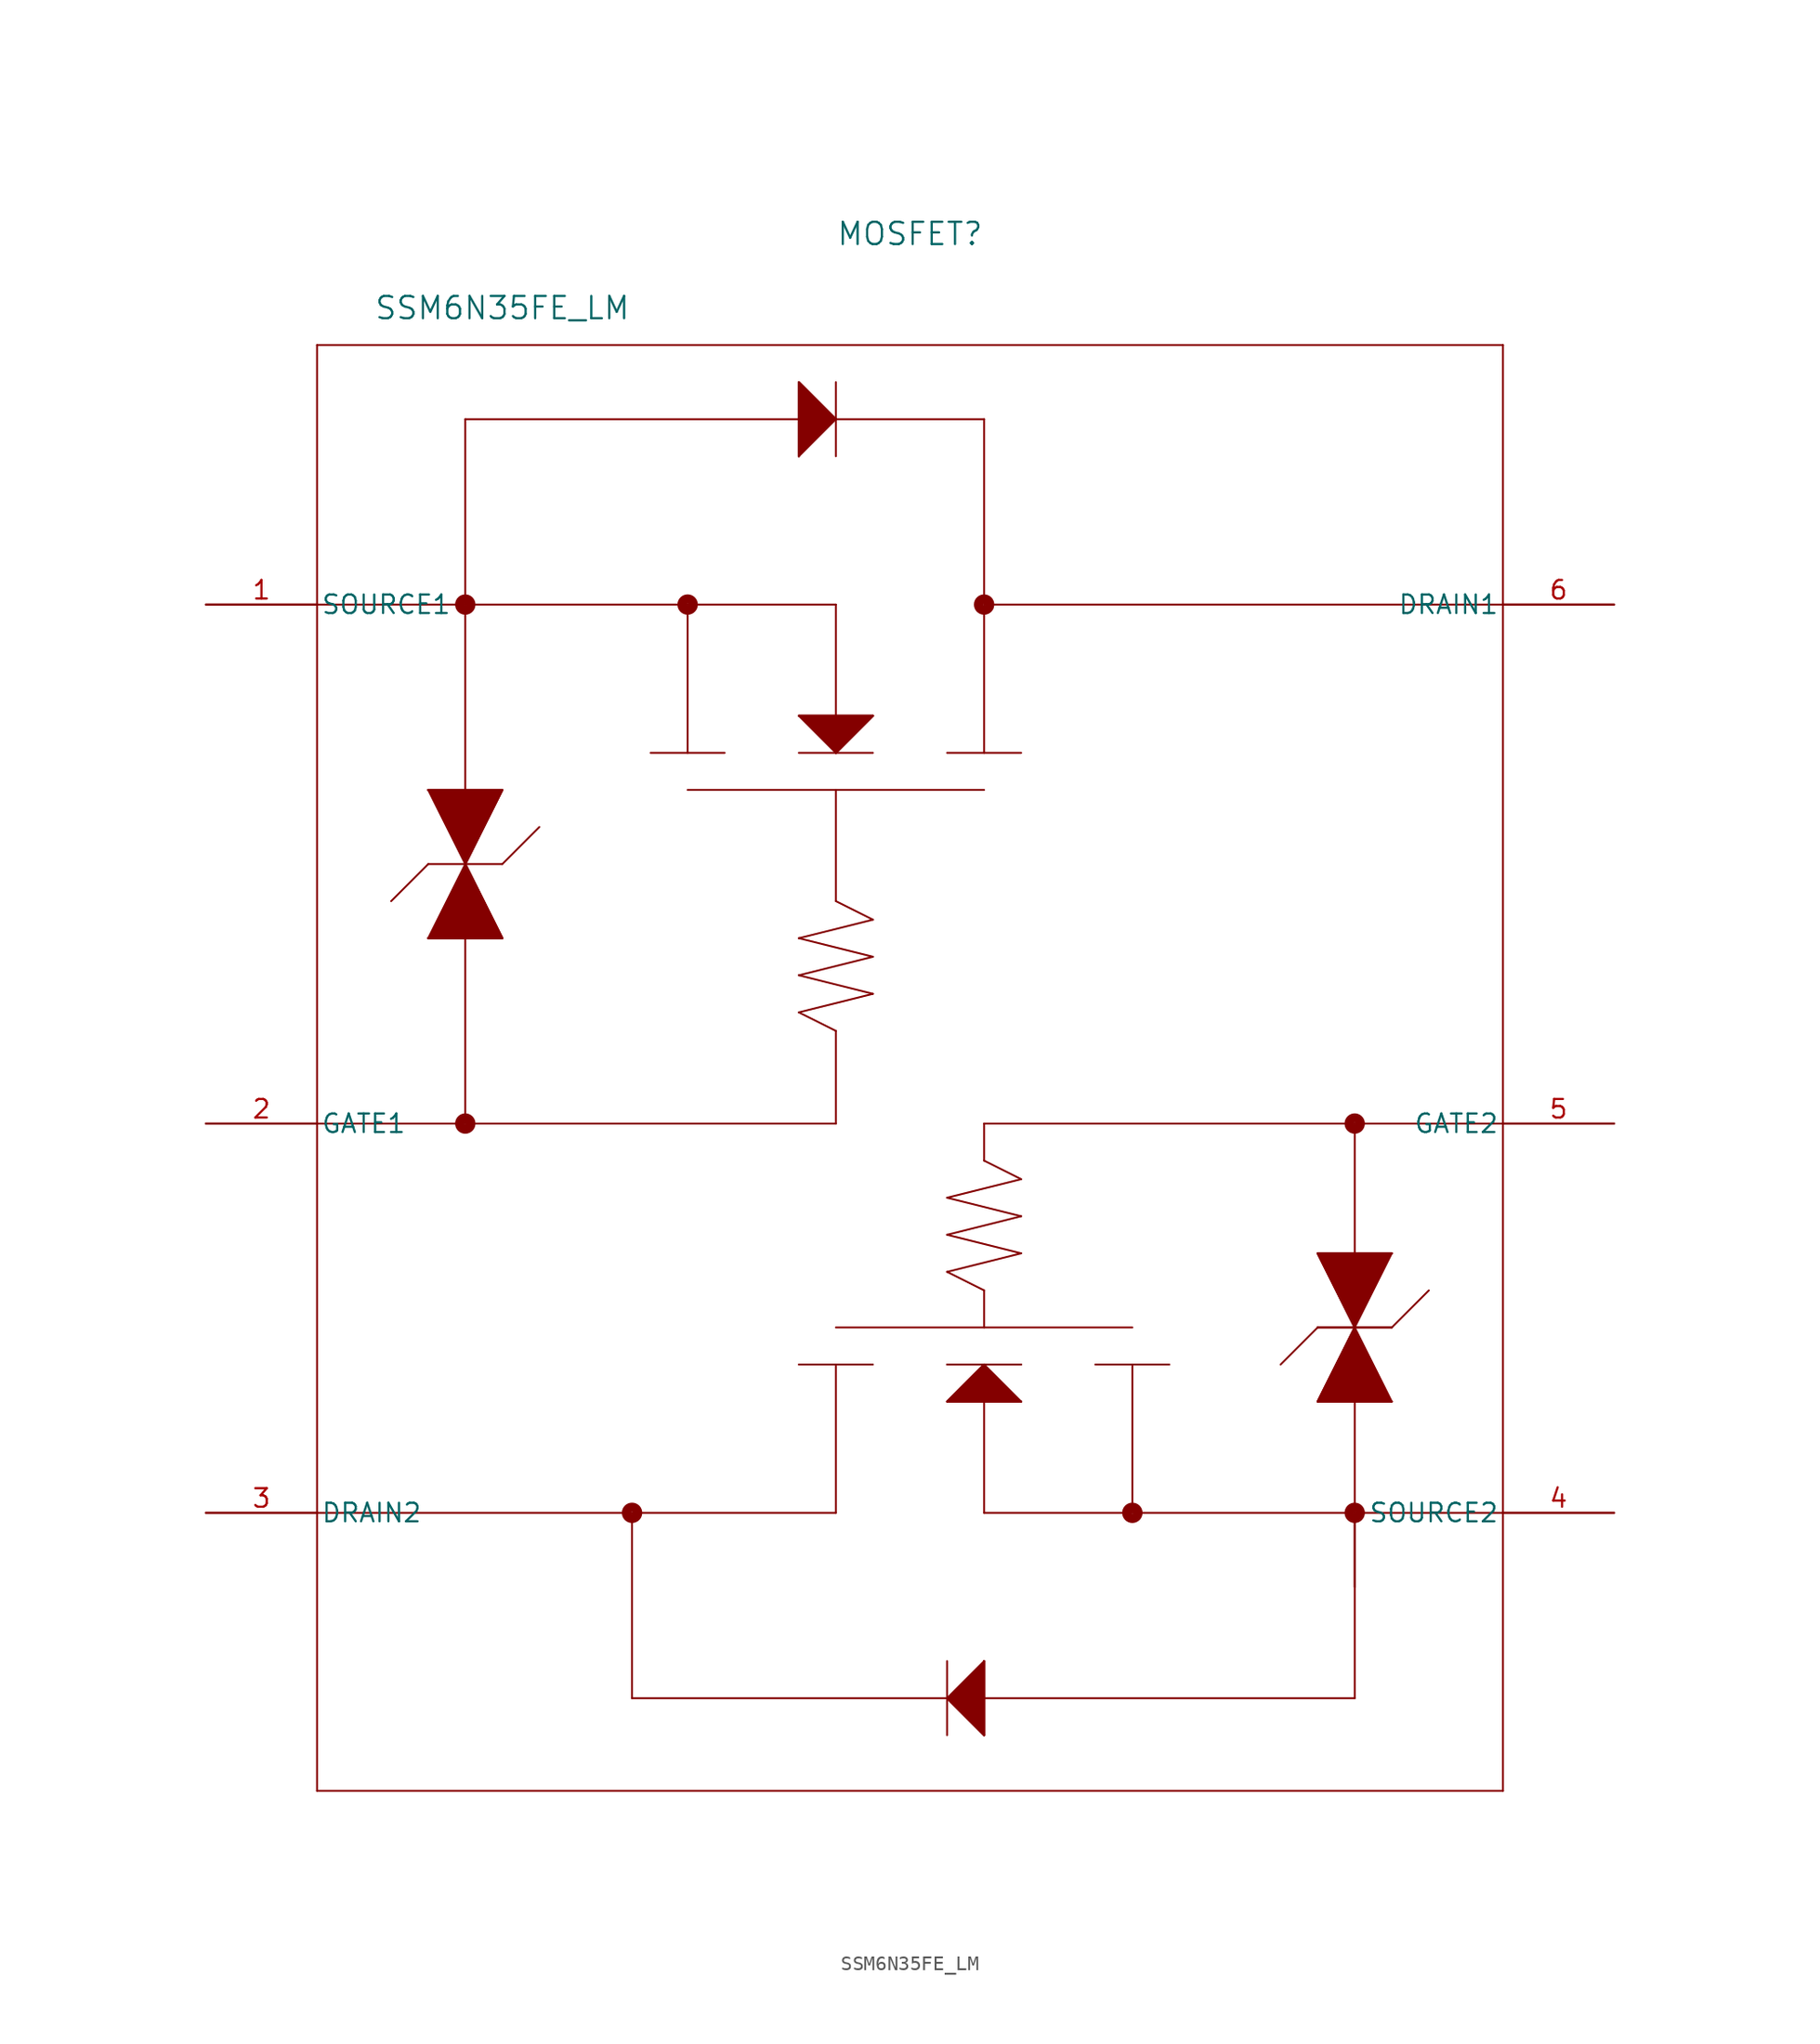
<source format=kicad_sym>
(kicad_symbol_lib
  (version 20231120)
  (generator "kicad_symbol_editor")
  (generator_version "8.0")
  (symbol "SSM6N35FE_LM"
    (pin_names
      (offset 0.254))
    (property "Reference" "MOSFET"
      (at 48.26 25.4 0)
      (effects (font (size 1.524 1.524))))
    (property "Value" "SSM6N35FE_LM"
      (at 20.32 20.32 0)
      (effects (font (size 1.524 1.524))))
    (property "ki_locked" ""
      (at 0 0 0)
      (effects (font (size 1.27 1.27))))
    (symbol "SSM6N35FE_LM_0_1"
      (polyline (pts (xy 7.62 -81.28) (xy 88.9 -81.28)) (stroke (width 0.127) (type default)) (fill (type none)))
      (polyline (pts (xy 7.62 -62.23) (xy 43.18 -62.23)) (stroke (width 0.127) (type default)) (fill (type none)))
      (polyline (pts (xy 7.62 0) (xy 43.18 0)) (stroke (width 0.127) (type default)) (fill (type none)))
      (polyline (pts (xy 7.62 17.78) (xy 7.62 -81.28)) (stroke (width 0.127) (type default)) (fill (type none)))
      (polyline (pts (xy 15.24 -22.86) (xy 17.78 -17.78)) (stroke (width 0.127) (type default)) (fill (type none)))
      (polyline (pts (xy 15.24 -17.78) (xy 12.7 -20.32)) (stroke (width 0.127) (type default)) (fill (type none)))
      (polyline (pts (xy 15.24 -12.7) (xy 17.78 -17.78)) (stroke (width 0.127) (type default)) (fill (type none)))
      (polyline (pts (xy 15.24 -12.7) (xy 20.32 -12.7)) (stroke (width 0.127) (type default)) (fill (type none)))
      (polyline (pts (xy 17.78 -17.78) (xy 20.32 -22.86)) (stroke (width 0.127) (type default)) (fill (type none)))
      (polyline (pts (xy 17.78 -17.78) (xy 20.32 -12.7)) (stroke (width 0.127) (type default)) (fill (type none)))
      (polyline (pts (xy 17.78 0) (xy 17.78 -35.56)) (stroke (width 0.127) (type default)) (fill (type none)))
      (polyline (pts (xy 17.78 0) (xy 17.78 12.7)) (stroke (width 0.127) (type default)) (fill (type none)))
      (polyline (pts (xy 17.78 12.7) (xy 53.34 12.7)) (stroke (width 0.127) (type default)) (fill (type none)))
      (polyline (pts (xy 20.32 -22.86) (xy 15.24 -22.86)) (stroke (width 0.127) (type default)) (fill (type none)))
      (polyline (pts (xy 20.32 -17.78) (xy 15.24 -17.78)) (stroke (width 0.127) (type default)) (fill (type none)))
      (polyline (pts (xy 20.32 -17.78) (xy 22.86 -15.24)) (stroke (width 0.127) (type default)) (fill (type none)))
      (polyline (pts (xy 29.21 -74.93) (xy 29.21 -62.23)) (stroke (width 0.127) (type default)) (fill (type none)))
      (polyline (pts (xy 29.21 -74.93) (xy 78.74 -74.93)) (stroke (width 0.127) (type default)) (fill (type none)))
      (polyline (pts (xy 30.48 -10.16) (xy 35.56 -10.16)) (stroke (width 0.127) (type default)) (fill (type none)))
      (polyline (pts (xy 33.02 -12.7) (xy 53.34 -12.7)) (stroke (width 0.127) (type default)) (fill (type none)))
      (polyline (pts (xy 33.02 0) (xy 33.02 -10.16)) (stroke (width 0.127) (type default)) (fill (type none)))
      (polyline (pts (xy 40.64 -27.94) (xy 45.72 -26.67)) (stroke (width 0.127) (type default)) (fill (type none)))
      (polyline (pts (xy 40.64 -25.4) (xy 45.72 -24.13)) (stroke (width 0.127) (type default)) (fill (type none)))
      (polyline (pts (xy 40.64 -22.86) (xy 45.72 -21.59)) (stroke (width 0.127) (type default)) (fill (type none)))
      (polyline (pts (xy 40.64 10.16) (xy 40.64 15.24)) (stroke (width 0.127) (type default)) (fill (type none)))
      (polyline (pts (xy 40.64 10.16) (xy 43.18 12.7)) (stroke (width 0.127) (type default)) (fill (type none)))
      (polyline (pts (xy 43.18 -62.23) (xy 43.18 -52.07)) (stroke (width 0.127) (type default)) (fill (type none)))
      (polyline (pts (xy 43.18 -35.56) (xy 7.62 -35.56)) (stroke (width 0.127) (type default)) (fill (type none)))
      (polyline (pts (xy 43.18 -29.21) (xy 40.64 -27.94)) (stroke (width 0.127) (type default)) (fill (type none)))
      (polyline (pts (xy 43.18 -29.21) (xy 43.18 -35.56)) (stroke (width 0.127) (type default)) (fill (type none)))
      (polyline (pts (xy 43.18 -20.32) (xy 43.18 -12.7)) (stroke (width 0.127) (type default)) (fill (type none)))
      (polyline (pts (xy 43.18 -10.16) (xy 40.64 -7.62)) (stroke (width 0.127) (type default)) (fill (type none)))
      (polyline (pts (xy 43.18 -10.16) (xy 45.72 -7.62)) (stroke (width 0.127) (type default)) (fill (type none)))
      (polyline (pts (xy 43.18 0) (xy 43.18 -10.16)) (stroke (width 0.127) (type default)) (fill (type none)))
      (polyline (pts (xy 43.18 10.16) (xy 43.18 15.24)) (stroke (width 0.127) (type default)) (fill (type none)))
      (polyline (pts (xy 43.18 12.7) (xy 40.64 15.24)) (stroke (width 0.127) (type default)) (fill (type none)))
      (polyline (pts (xy 45.72 -52.07) (xy 40.64 -52.07)) (stroke (width 0.127) (type default)) (fill (type none)))
      (polyline (pts (xy 45.72 -26.67) (xy 40.64 -25.4)) (stroke (width 0.127) (type default)) (fill (type none)))
      (polyline (pts (xy 45.72 -24.13) (xy 40.64 -22.86)) (stroke (width 0.127) (type default)) (fill (type none)))
      (polyline (pts (xy 45.72 -21.59) (xy 43.18 -20.32)) (stroke (width 0.127) (type default)) (fill (type none)))
      (polyline (pts (xy 45.72 -10.16) (xy 40.64 -10.16)) (stroke (width 0.127) (type default)) (fill (type none)))
      (polyline (pts (xy 45.72 -7.62) (xy 40.64 -7.62)) (stroke (width 0.127) (type default)) (fill (type none)))
      (polyline (pts (xy 50.8 -72.39) (xy 50.8 -77.47)) (stroke (width 0.127) (type default)) (fill (type none)))
      (polyline (pts (xy 50.8 -54.61) (xy 53.34 -52.07)) (stroke (width 0.127) (type default)) (fill (type none)))
      (polyline (pts (xy 50.8 -52.07) (xy 55.88 -52.07)) (stroke (width 0.127) (type default)) (fill (type none)))
      (polyline (pts (xy 50.8 -45.72) (xy 55.88 -44.45)) (stroke (width 0.127) (type default)) (fill (type none)))
      (polyline (pts (xy 50.8 -43.18) (xy 55.88 -41.91)) (stroke (width 0.127) (type default)) (fill (type none)))
      (polyline (pts (xy 50.8 -40.64) (xy 55.88 -39.37)) (stroke (width 0.127) (type default)) (fill (type none)))
      (polyline (pts (xy 50.8 -10.16) (xy 55.88 -10.16)) (stroke (width 0.127) (type default)) (fill (type none)))
      (polyline (pts (xy 53.34 -77.47) (xy 50.8 -74.93)) (stroke (width 0.127) (type default)) (fill (type none)))
      (polyline (pts (xy 53.34 -72.39) (xy 50.8 -74.93)) (stroke (width 0.127) (type default)) (fill (type none)))
      (polyline (pts (xy 53.34 -72.39) (xy 53.34 -77.47)) (stroke (width 0.127) (type default)) (fill (type none)))
      (polyline (pts (xy 53.34 -52.07) (xy 53.34 -62.23)) (stroke (width 0.127) (type default)) (fill (type none)))
      (polyline (pts (xy 53.34 -52.07) (xy 55.88 -54.61)) (stroke (width 0.127) (type default)) (fill (type none)))
      (polyline (pts (xy 53.34 -46.99) (xy 50.8 -45.72)) (stroke (width 0.127) (type default)) (fill (type none)))
      (polyline (pts (xy 53.34 -46.99) (xy 53.34 -49.53)) (stroke (width 0.127) (type default)) (fill (type none)))
      (polyline (pts (xy 53.34 -38.1) (xy 53.34 -35.56)) (stroke (width 0.127) (type default)) (fill (type none)))
      (polyline (pts (xy 53.34 -35.56) (xy 88.9 -35.56)) (stroke (width 0.127) (type default)) (fill (type none)))
      (polyline (pts (xy 53.34 12.7) (xy 53.34 -10.16)) (stroke (width 0.127) (type default)) (fill (type none)))
      (polyline (pts (xy 55.88 -52.07) (xy 50.8 -52.07)) (stroke (width 0.127) (type default)) (fill (type none)))
      (polyline (pts (xy 55.88 -44.45) (xy 50.8 -43.18)) (stroke (width 0.127) (type default)) (fill (type none)))
      (polyline (pts (xy 55.88 -41.91) (xy 50.8 -40.64)) (stroke (width 0.127) (type default)) (fill (type none)))
      (polyline (pts (xy 55.88 -39.37) (xy 53.34 -38.1)) (stroke (width 0.127) (type default)) (fill (type none)))
      (polyline (pts (xy 63.5 -62.23) (xy 63.5 -52.07)) (stroke (width 0.127) (type default)) (fill (type none)))
      (polyline (pts (xy 63.5 -49.53) (xy 43.18 -49.53)) (stroke (width 0.127) (type default)) (fill (type none)))
      (polyline (pts (xy 66.04 -52.07) (xy 60.96 -52.07)) (stroke (width 0.127) (type default)) (fill (type none)))
      (polyline (pts (xy 76.2 -49.53) (xy 73.66 -52.07)) (stroke (width 0.127) (type default)) (fill (type none)))
      (polyline (pts (xy 76.2 -49.53) (xy 81.28 -49.53)) (stroke (width 0.127) (type default)) (fill (type none)))
      (polyline (pts (xy 76.2 -44.45) (xy 81.28 -44.45)) (stroke (width 0.127) (type default)) (fill (type none)))
      (polyline (pts (xy 78.74 -67.31) (xy 78.74 -35.56)) (stroke (width 0.127) (type default)) (fill (type none)))
      (polyline (pts (xy 78.74 -62.23) (xy 78.74 -74.93)) (stroke (width 0.127) (type default)) (fill (type none)))
      (polyline (pts (xy 78.74 -49.53) (xy 76.2 -54.61)) (stroke (width 0.127) (type default)) (fill (type none)))
      (polyline (pts (xy 78.74 -49.53) (xy 76.2 -44.45)) (stroke (width 0.127) (type default)) (fill (type none)))
      (polyline (pts (xy 81.28 -54.61) (xy 78.74 -49.53)) (stroke (width 0.127) (type default)) (fill (type none)))
      (polyline (pts (xy 81.28 -49.53) (xy 76.2 -49.53)) (stroke (width 0.127) (type default)) (fill (type none)))
      (polyline (pts (xy 81.28 -49.53) (xy 83.82 -46.99)) (stroke (width 0.127) (type default)) (fill (type none)))
      (polyline (pts (xy 81.28 -44.45) (xy 78.74 -49.53)) (stroke (width 0.127) (type default)) (fill (type none)))
      (polyline (pts (xy 88.9 -81.28) (xy 88.9 17.78)) (stroke (width 0.127) (type default)) (fill (type none)))
      (polyline (pts (xy 88.9 -62.23) (xy 53.34 -62.23)) (stroke (width 0.127) (type default)) (fill (type none)))
      (polyline (pts (xy 88.9 0) (xy 53.34 0)) (stroke (width 0.127) (type default)) (fill (type none)))
      (polyline (pts (xy 88.9 17.78) (xy 7.62 17.78)) (stroke (width 0.127) (type default)) (fill (type none)))
      (polyline (pts (xy 15.24 -12.7) (xy 20.32 -12.7) (xy 17.78 -17.78)) (stroke (width 0) (type default)) (fill (type outline)))
      (polyline (pts (xy 17.78 -17.78) (xy 20.32 -22.86) (xy 15.24 -22.86)) (stroke (width 0) (type default)) (fill (type outline)))
      (polyline (pts (xy 40.64 -7.62) (xy 45.72 -7.62) (xy 43.18 -10.16)) (stroke (width 0) (type default)) (fill (type outline)))
      (polyline (pts (xy 40.64 10.16) (xy 40.64 15.24) (xy 43.18 12.7)) (stroke (width 0) (type default)) (fill (type outline)))
      (polyline (pts (xy 53.34 -72.39) (xy 53.34 -77.47) (xy 50.8 -74.93)) (stroke (width 0) (type default)) (fill (type outline)))
      (polyline (pts (xy 55.88 -54.61) (xy 50.8 -54.61) (xy 53.34 -52.07)) (stroke (width 0) (type default)) (fill (type outline)))
      (polyline (pts (xy 78.74 -49.53) (xy 76.2 -44.45) (xy 81.28 -44.45)) (stroke (width 0) (type default)) (fill (type outline)))
      (polyline (pts (xy 81.28 -54.61) (xy 76.2 -54.61) (xy 78.74 -49.53)) (stroke (width 0) (type default)) (fill (type outline)))
      (circle (center 17.78 -35.56) (radius 0.381) (stroke (width 0.635) (type default)) (fill (type none)))
      (circle (center 17.78 0) (radius 0.381) (stroke (width 0.635) (type default)) (fill (type none)))
      (circle (center 29.21 -62.23) (radius 0.381) (stroke (width 0.635) (type default)) (fill (type none)))
      (circle (center 33.02 0) (radius 0.381) (stroke (width 0.635) (type default)) (fill (type none)))
      (circle (center 53.34 0) (radius 0.381) (stroke (width 0.635) (type default)) (fill (type none)))
      (circle (center 63.5 -62.23) (radius 0.381) (stroke (width 0.635) (type default)) (fill (type none)))
      (circle (center 78.74 -62.23) (radius 0.381) (stroke (width 0.635) (type default)) (fill (type none)))
      (circle (center 78.74 -35.56) (radius 0.381) (stroke (width 0.635) (type default)) (fill (type none)))
      (pin unspecified line (at 0 0 0) (length 7.62) (name "SOURCE1" (effects (font (size 1.27 1.27)))) (number "1" (effects (font (size 1.27 1.27)))))
      (pin unspecified line (at 0 -35.56 0) (length 7.62) (name "GATE1" (effects (font (size 1.27 1.27)))) (number "2" (effects (font (size 1.27 1.27)))))
      (pin unspecified line (at 0 -62.23 0) (length 7.62) (name "DRAIN2" (effects (font (size 1.27 1.27)))) (number "3" (effects (font (size 1.27 1.27)))))
      (pin unspecified line (at 96.52 -62.23 180) (length 7.62) (name "SOURCE2" (effects (font (size 1.27 1.27)))) (number "4" (effects (font (size 1.27 1.27)))))
      (pin unspecified line (at 96.52 -35.56 180) (length 7.62) (name "GATE2" (effects (font (size 1.27 1.27)))) (number "5" (effects (font (size 1.27 1.27)))))
      (pin unspecified line (at 96.52 0 180) (length 7.62) (name "DRAIN1" (effects (font (size 1.27 1.27)))) (number "6" (effects (font (size 1.27 1.27))))))))
</source>
